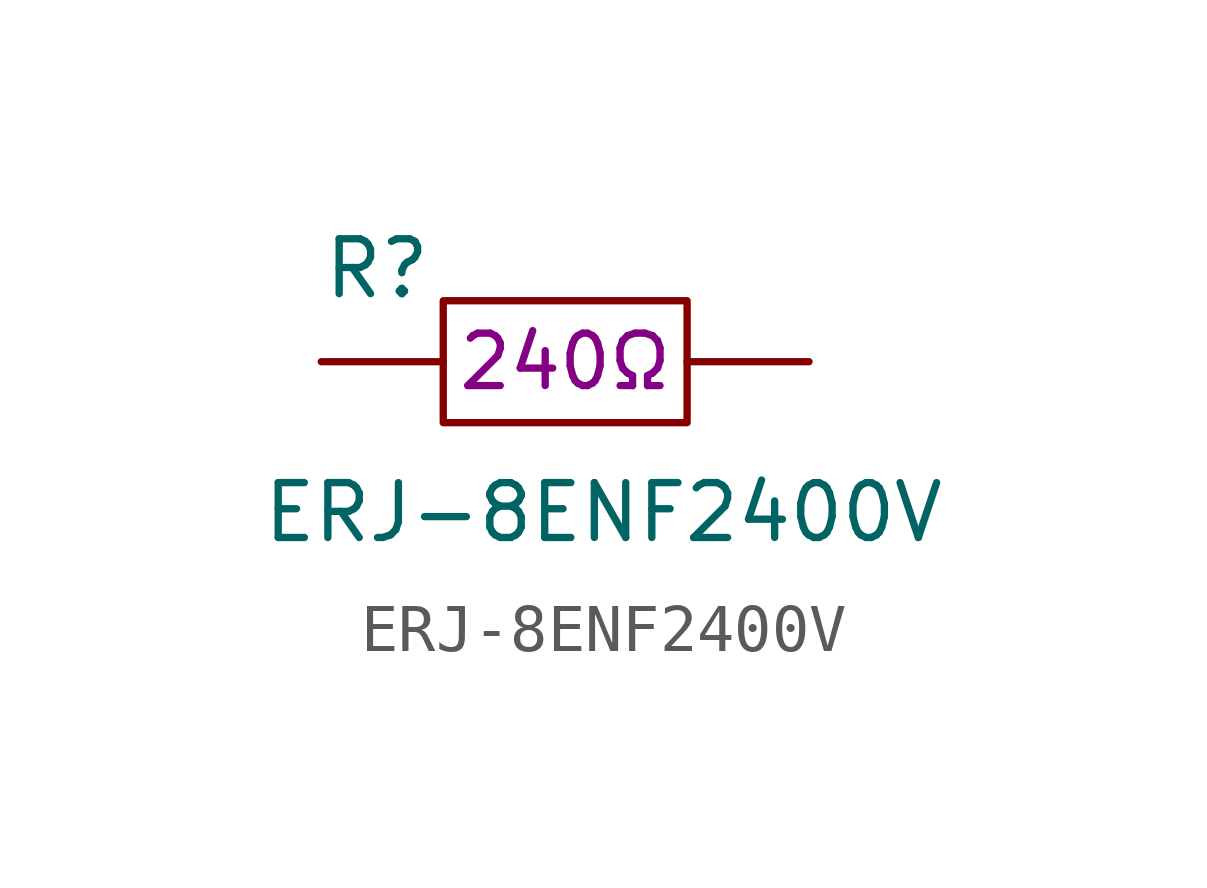
<source format=kicad_sym>
(kicad_symbol_lib
  (version 20211014)
  (generator kicad_symbol_editor)
  (symbol "ERJ-8ENF2400V"
    (pin_numbers hide)
    (pin_names
      (offset 1.016) hide)
    (property "Reference" "R"
      (at -5.08 1.27 0)
      (effects (font (size 1.143 1.143)) (justify left bottom)))
    (property "Value" "ERJ-8ENF2400V"
      (at -6.35 -3.81 0)
      (effects (font (size 1.143 1.143)) (justify left bottom)))
    (property "Resistance" "240Ω"
      (at 0 0 0)
      (effects (font (size 1.092 1.092))))
    (symbol "ERJ-8ENF2400V_0_1"
      (rectangle (start -2.54 1.27) (end 2.54 -1.27) (stroke (width 0) (type default) (color 0 0 0 0)) (fill (type none))))
    (symbol "ERJ-8ENF2400V_1_1"
      (pin passive line (at -5.08 0 0) (length 2.54) (name "1" (effects (font (size 1.016 1.016)))) (number "1" (effects (font (size 1.016 1.016)))))
      (pin passive line (at 5.08 0 180) (length 2.54) (name "2" (effects (font (size 1.016 1.016)))) (number "2" (effects (font (size 1.016 1.016))))))))
</source>
